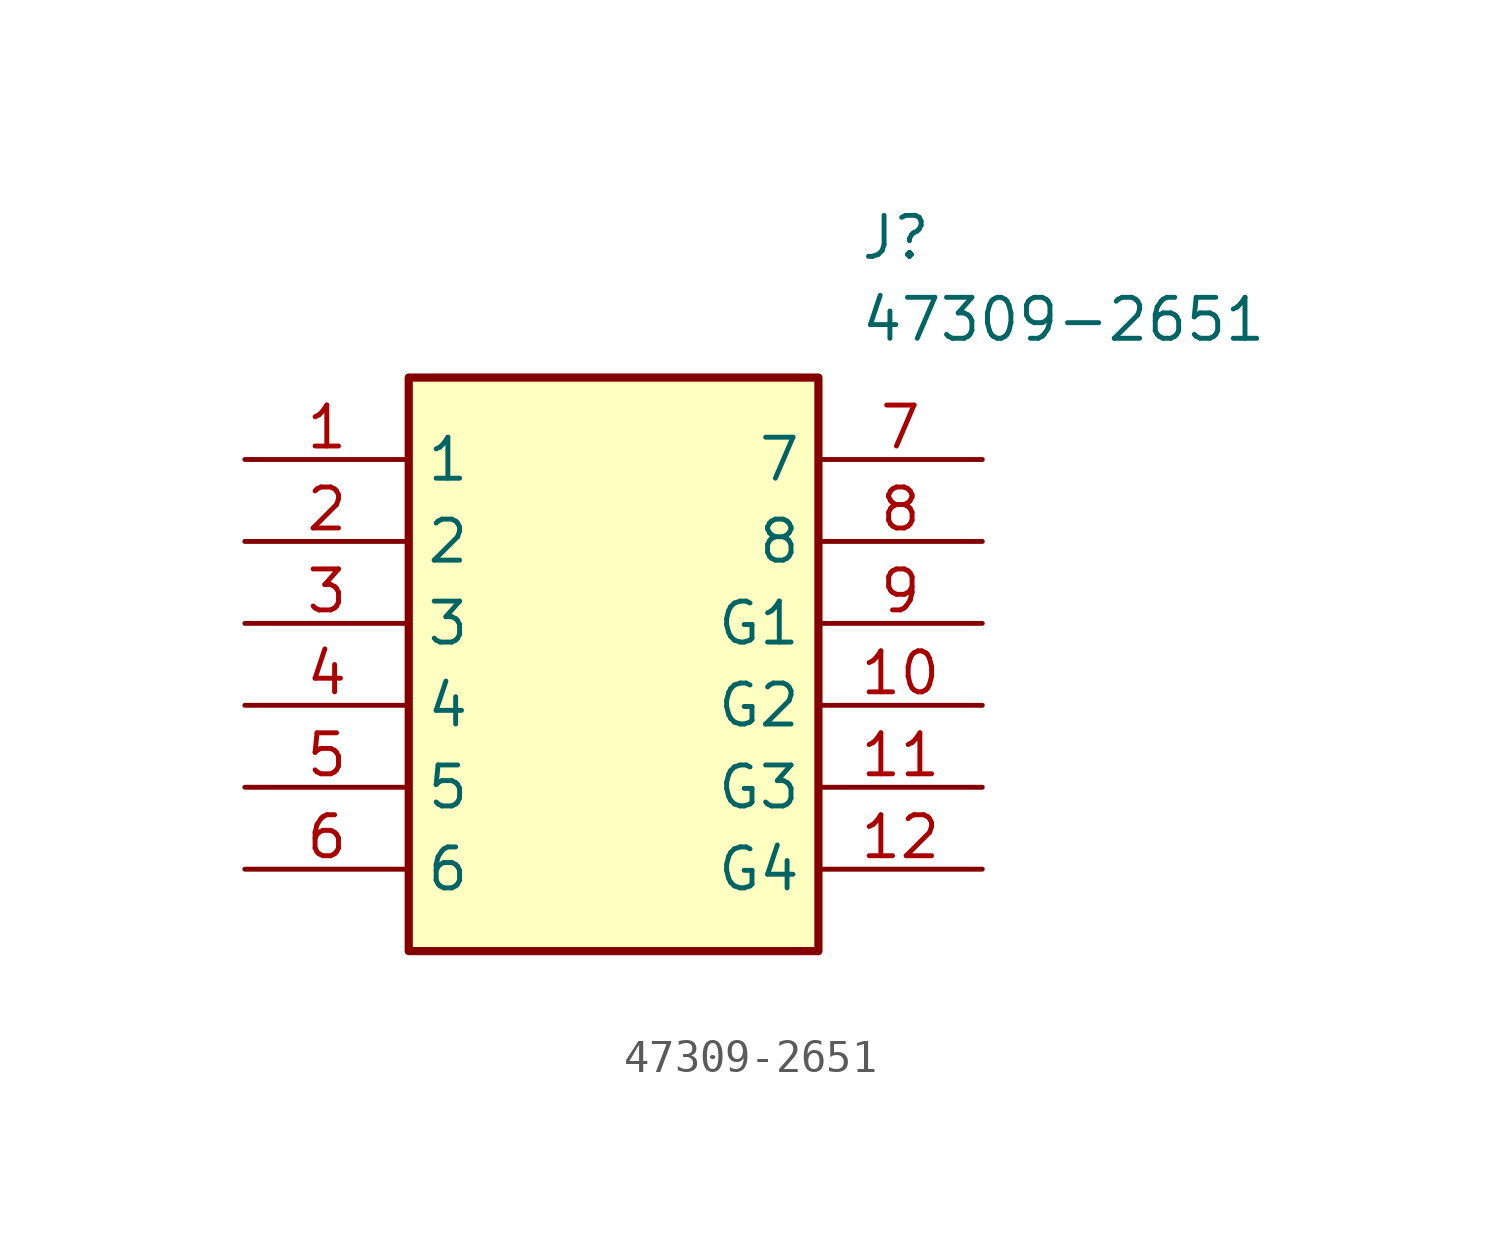
<source format=kicad_sym>
(kicad_symbol_lib
  (version 20211014)
  (generator SamacSys_ECAD_Model)
  (symbol "47309-2651"
    (property "Reference" "J"
      (at 19.05 7.62 0)
      (effects (font (size 1.27 1.27)) (justify left top)))
    (property "Value" "47309-2651"
      (at 19.05 5.08 0)
      (effects (font (size 1.27 1.27)) (justify left top)))
    (rectangle
      (start 5.08 2.54)
      (end 17.78 -15.24)
      (stroke (width 0.254) (type default))
      (fill (type background)))
    (pin passive line
      (at 0 0 0)
      (length 5.08)
      (name "1" (effects (font (size 1.27 1.27))))
      (number "1" (effects (font (size 1.27 1.27)))))
    (pin passive line
      (at 0 -2.54 0)
      (length 5.08)
      (name "2" (effects (font (size 1.27 1.27))))
      (number "2" (effects (font (size 1.27 1.27)))))
    (pin passive line
      (at 0 -5.08 0)
      (length 5.08)
      (name "3" (effects (font (size 1.27 1.27))))
      (number "3" (effects (font (size 1.27 1.27)))))
    (pin passive line
      (at 0 -7.62 0)
      (length 5.08)
      (name "4" (effects (font (size 1.27 1.27))))
      (number "4" (effects (font (size 1.27 1.27)))))
    (pin passive line
      (at 0 -10.16 0)
      (length 5.08)
      (name "5" (effects (font (size 1.27 1.27))))
      (number "5" (effects (font (size 1.27 1.27)))))
    (pin passive line
      (at 0 -12.7 0)
      (length 5.08)
      (name "6" (effects (font (size 1.27 1.27))))
      (number "6" (effects (font (size 1.27 1.27)))))
    (pin passive line
      (at 22.86 0 180)
      (length 5.08)
      (name "7" (effects (font (size 1.27 1.27))))
      (number "7" (effects (font (size 1.27 1.27)))))
    (pin passive line
      (at 22.86 -2.54 180)
      (length 5.08)
      (name "8" (effects (font (size 1.27 1.27))))
      (number "8" (effects (font (size 1.27 1.27)))))
    (pin passive line
      (at 22.86 -5.08 180)
      (length 5.08)
      (name "G1" (effects (font (size 1.27 1.27))))
      (number "9" (effects (font (size 1.27 1.27)))))
    (pin passive line
      (at 22.86 -7.62 180)
      (length 5.08)
      (name "G2" (effects (font (size 1.27 1.27))))
      (number "10" (effects (font (size 1.27 1.27)))))
    (pin passive line
      (at 22.86 -10.16 180)
      (length 5.08)
      (name "G3" (effects (font (size 1.27 1.27))))
      (number "11" (effects (font (size 1.27 1.27)))))
    (pin passive line
      (at 22.86 -12.7 180)
      (length 5.08)
      (name "G4" (effects (font (size 1.27 1.27))))
      (number "12" (effects (font (size 1.27 1.27)))))))
</source>
